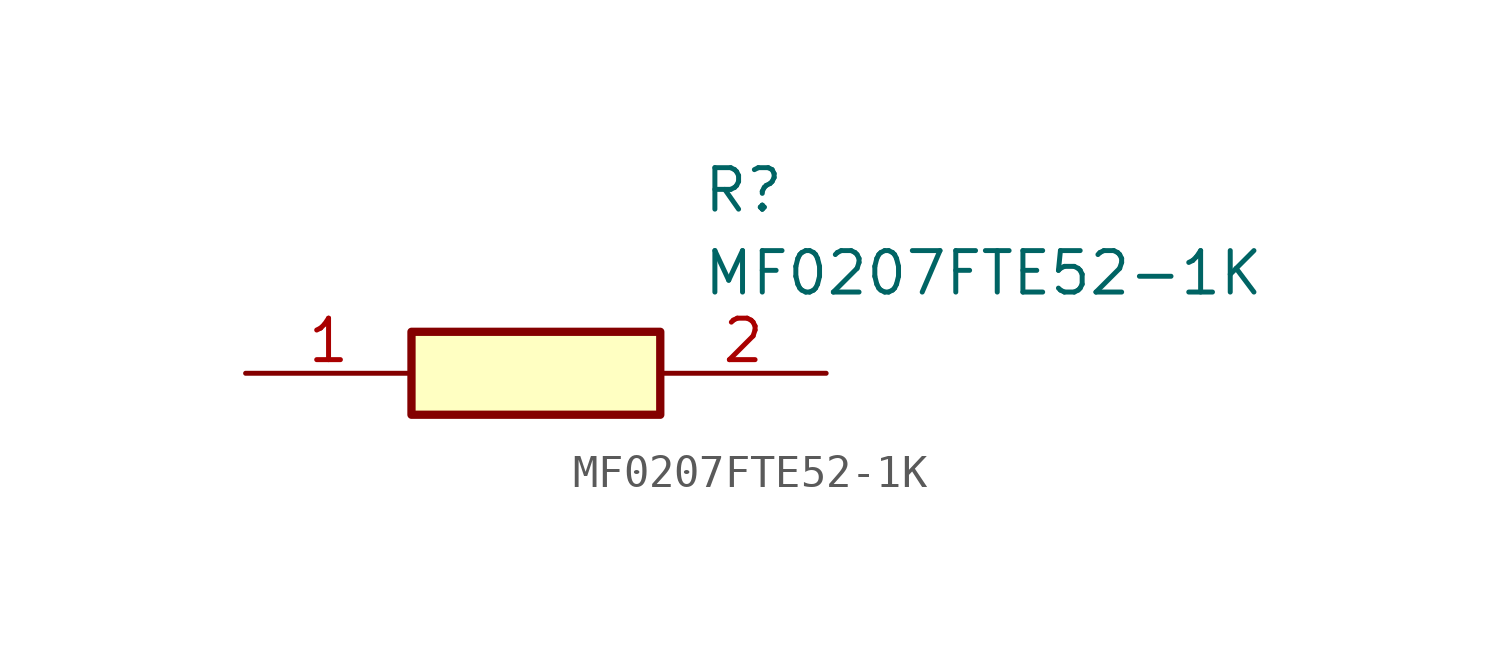
<source format=kicad_sym>
(kicad_symbol_lib
  (version 20211014)
  (generator SamacSys_ECAD_Model)
  (symbol "MF0207FTE52-1K"
    (pin_names hide)
    (property "Reference" "R"
      (at 13.97 6.35 0)
      (effects (font (size 1.27 1.27)) (justify left top)))
    (property "Value" "MF0207FTE52-1K"
      (at 13.97 3.81 0)
      (effects (font (size 1.27 1.27)) (justify left top)))
    (rectangle
      (start 5.08 1.27)
      (end 12.7 -1.27)
      (stroke (width 0.254) (type default))
      (fill (type background)))
    (pin passive line
      (at 0 0 0)
      (length 5.08)
      (name "1" (effects (font (size 1.27 1.27))))
      (number "1" (effects (font (size 1.27 1.27)))))
    (pin passive line
      (at 17.78 0 180)
      (length 5.08)
      (name "2" (effects (font (size 1.27 1.27))))
      (number "2" (effects (font (size 1.27 1.27)))))))
</source>
